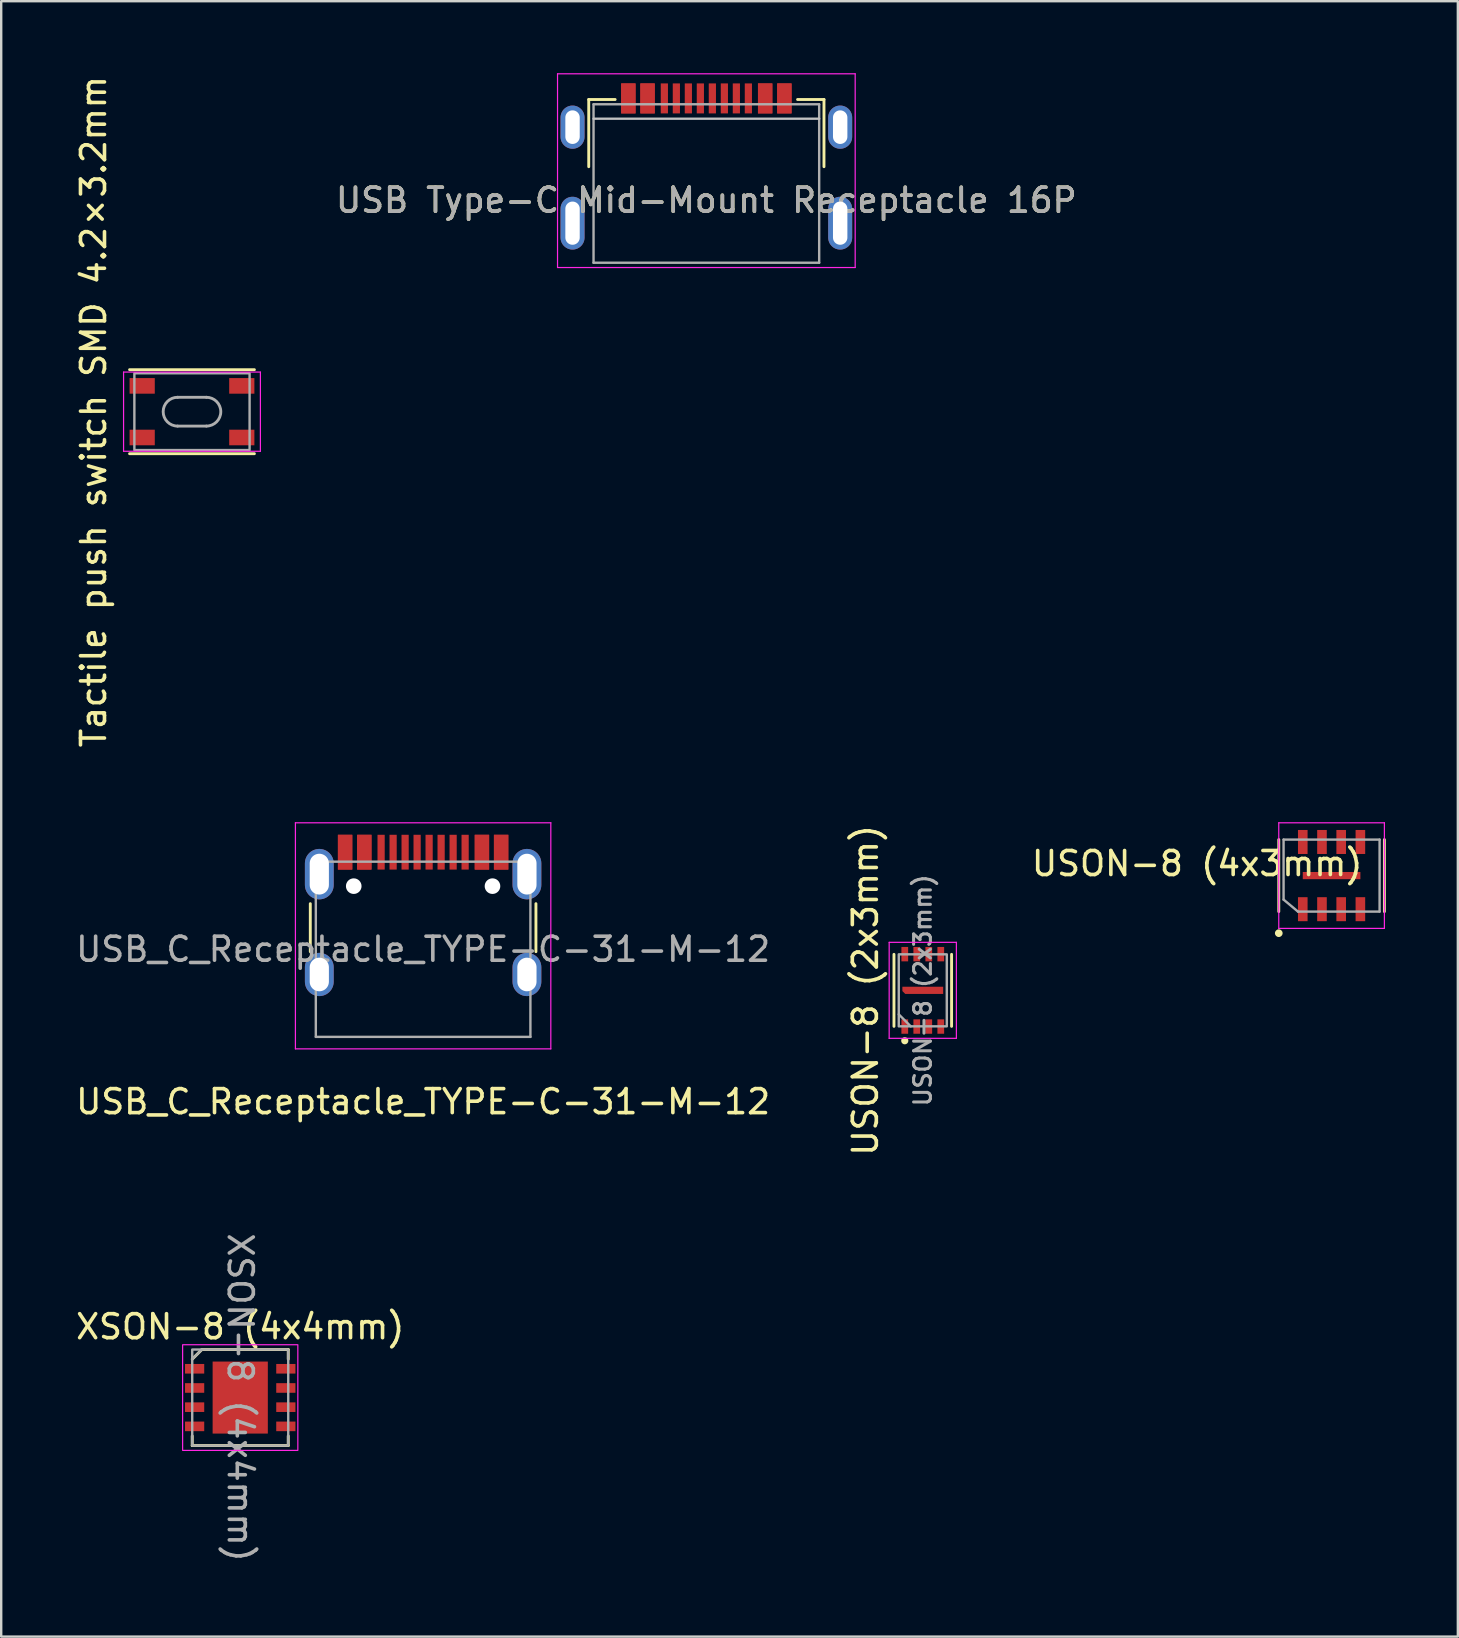
<source format=kicad_pcb>
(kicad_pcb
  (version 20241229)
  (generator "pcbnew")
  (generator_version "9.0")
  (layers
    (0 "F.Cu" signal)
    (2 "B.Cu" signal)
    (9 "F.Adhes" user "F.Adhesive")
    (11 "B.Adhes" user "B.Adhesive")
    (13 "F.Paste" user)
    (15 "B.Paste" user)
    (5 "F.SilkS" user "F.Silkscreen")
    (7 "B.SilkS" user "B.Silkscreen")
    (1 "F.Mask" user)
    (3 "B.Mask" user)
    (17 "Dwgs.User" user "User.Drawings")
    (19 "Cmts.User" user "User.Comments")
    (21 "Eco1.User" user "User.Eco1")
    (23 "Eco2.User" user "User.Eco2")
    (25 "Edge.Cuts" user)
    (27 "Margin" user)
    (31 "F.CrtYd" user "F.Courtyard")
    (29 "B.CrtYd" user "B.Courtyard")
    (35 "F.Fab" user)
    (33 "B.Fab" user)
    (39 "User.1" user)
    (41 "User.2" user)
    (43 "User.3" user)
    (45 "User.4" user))
  (footprint "XSON-8 (4x4mm)"
    (layer "F.Cu")
    (at 6.958 55.173)
    (property "Reference" "XSON-8 (4x4mm)" (at 0 -2.95 0) (unlocked yes) (layer "F.SilkS") (effects (font (size 1 1) (thickness 0.15))))
    (attr smd)
    (fp_line (start -2 2) (end -2 1.6) (stroke (width 0.12) (type solid)) (layer "F.SilkS"))
    (fp_line (start -1.6 -2) (end -2 -1.6) (stroke (width 0.12) (type solid)) (layer "F.SilkS"))
    (fp_line (start 2 -2) (end -1.6 -2) (stroke (width 0.12) (type solid)) (layer "F.SilkS"))
    (fp_line (start 2 -1.6) (end 2 -2) (stroke (width 0.12) (type solid)) (layer "F.SilkS"))
    (fp_line (start 2 1.6) (end 2 2) (stroke (width 0.12) (type solid)) (layer "F.SilkS"))
    (fp_line (start 2 2) (end -2 2) (stroke (width 0.12) (type solid)) (layer "F.SilkS"))
    (fp_rect (start 2.4 -2.2) (end -2.4 2.2) (stroke (width 0.05) (type solid)) (fill no) (layer "F.CrtYd"))
    (fp_line (start -1.6 -2) (end -2 -1.6) (stroke (width 0.1) (type solid)) (layer "F.Fab"))
    (fp_rect (start 2 -2) (end -2 2) (stroke (width 0.1) (type solid)) (fill no) (layer "F.Fab"))
    (fp_text user "${REFERENCE}" (at 0 0 270) (unlocked yes) (layer "F.Fab") (effects (font (size 1 1) (thickness 0.15))))
    (pad "" smd roundrect (at -0.55 -0.75) (size 0.89 1.21) (layers "F.Paste") (roundrect_rratio 0.25))
    (pad "" smd roundrect (at -0.55 0.75) (size 0.89 1.21) (layers "F.Paste") (roundrect_rratio 0.25))
    (pad "" smd roundrect (at 0.55 -0.75) (size 0.89 1.21) (layers "F.Paste") (roundrect_rratio 0.25))
    (pad "" smd roundrect (at 0.55 0.75) (size 0.89 1.21) (layers "F.Paste") (roundrect_rratio 0.25))
    (pad "1" smd rect (at -1.9 -1.2 270) (size 0.4 0.8) (layers "F.Cu" "F.Mask" "F.Paste"))
    (pad "2" smd rect (at -1.9 -0.4 270) (size 0.4 0.8) (layers "F.Cu" "F.Mask" "F.Paste"))
    (pad "3" smd rect (at -1.9 0.4 270) (size 0.4 0.8) (layers "F.Cu" "F.Mask" "F.Paste"))
    (pad "4" smd rect (at -1.9 1.2 270) (size 0.4 0.8) (layers "F.Cu" "F.Mask" "F.Paste"))
    (pad "5" smd rect (at 1.9 1.2 270) (size 0.4 0.8) (layers "F.Cu" "F.Mask" "F.Paste"))
    (pad "6" smd rect (at 1.9 0.4 270) (size 0.4 0.8) (layers "F.Cu" "F.Mask" "F.Paste"))
    (pad "7" smd rect (at 1.9 -0.4 270) (size 0.4 0.8) (layers "F.Cu" "F.Mask" "F.Paste"))
    (pad "8" smd rect (at 1.9 -1.2 270) (size 0.4 0.8) (layers "F.Cu" "F.Mask" "F.Paste"))
    (pad "9" smd rect (at 0 0) (size 2.3 3) (layers "F.Cu" "F.Mask")))
  (footprint "USB_C_Receptacle_TYPE-C-31-M-12"
    (layer "F.Cu")
    (at 14.577 36.497)
    (property "Reference" "USB_C_Receptacle_TYPE-C-31-M-12" (at 0 6.35 180) (layer "F.SilkS") (effects (font (size 1 1) (thickness 0.15))))
    (attr smd)
    (fp_line (start -4.7 -1.9) (end -4.7 0.1) (stroke (width 0.12) (type solid)) (layer "F.SilkS"))
    (fp_line (start 4.7 -1.9) (end 4.7 0.1) (stroke (width 0.12) (type solid)) (layer "F.SilkS"))
    (fp_line (start -5.32 -5.27) (end -5.32 4.15) (stroke (width 0.05) (type solid)) (layer "F.CrtYd"))
    (fp_line (start -5.32 -5.27) (end 5.32 -5.27) (stroke (width 0.05) (type solid)) (layer "F.CrtYd"))
    (fp_line (start -5.32 4.15) (end 5.32 4.15) (stroke (width 0.05) (type solid)) (layer "F.CrtYd"))
    (fp_line (start 5.32 -5.27) (end 5.32 4.15) (stroke (width 0.05) (type solid)) (layer "F.CrtYd"))
    (fp_line (start -4.47 -3.65) (end -4.47 3.65) (stroke (width 0.1) (type solid)) (layer "F.Fab"))
    (fp_line (start -4.47 -3.65) (end 4.47 -3.65) (stroke (width 0.1) (type solid)) (layer "F.Fab"))
    (fp_line (start -4.47 3.65) (end 4.47 3.65) (stroke (width 0.1) (type solid)) (layer "F.Fab"))
    (fp_line (start 4.47 -3.65) (end 4.47 3.65) (stroke (width 0.1) (type solid)) (layer "F.Fab"))
    (fp_text user "${REFERENCE}" (at 0 0 180) (layer "F.Fab") (effects (font (size 1 1) (thickness 0.15))))
    (pad "" np_thru_hole circle (at -2.89 -2.63) (size 0.65 0.65) (drill 0.65) (layers "*.Cu" "*.Mask"))
    (pad "" np_thru_hole circle (at 2.89 -2.63) (size 0.65 0.65) (drill 0.65) (layers "*.Cu" "*.Mask"))
    (pad "A1" smd rect (at -3.25 -4.045) (size 0.6 1.45) (layers "F.Cu" "F.Mask" "F.Paste"))
    (pad "A4" smd rect (at -2.45 -4.045) (size 0.6 1.45) (layers "F.Cu" "F.Mask" "F.Paste"))
    (pad "A5" smd rect (at -1.25 -4.045) (size 0.3 1.45) (layers "F.Cu" "F.Mask" "F.Paste"))
    (pad "A6" smd rect (at -0.25 -4.045) (size 0.3 1.45) (layers "F.Cu" "F.Mask" "F.Paste"))
    (pad "A7" smd rect (at 0.25 -4.045) (size 0.3 1.45) (layers "F.Cu" "F.Mask" "F.Paste"))
    (pad "A8" smd rect (at 1.25 -4.045) (size 0.3 1.45) (layers "F.Cu" "F.Mask" "F.Paste"))
    (pad "A9" smd rect (at 2.45 -4.045) (size 0.6 1.45) (layers "F.Cu" "F.Mask" "F.Paste"))
    (pad "A12" smd rect (at 3.25 -4.045) (size 0.6 1.45) (layers "F.Cu" "F.Mask" "F.Paste"))
    (pad "B1" smd rect (at 3.25 -4.045) (size 0.6 1.45) (layers "F.Cu" "F.Mask" "F.Paste"))
    (pad "B4" smd rect (at 2.45 -4.045) (size 0.6 1.45) (layers "F.Cu" "F.Mask" "F.Paste"))
    (pad "B5" smd rect (at 1.75 -4.045) (size 0.3 1.45) (layers "F.Cu" "F.Mask" "F.Paste"))
    (pad "B6" smd rect (at 0.75 -4.045) (size 0.3 1.45) (layers "F.Cu" "F.Mask" "F.Paste"))
    (pad "B7" smd rect (at -0.75 -4.045) (size 0.3 1.45) (layers "F.Cu" "F.Mask" "F.Paste"))
    (pad "B8" smd rect (at -1.75 -4.045) (size 0.3 1.45) (layers "F.Cu" "F.Mask" "F.Paste"))
    (pad "B9" smd rect (at -2.45 -4.045) (size 0.6 1.45) (layers "F.Cu" "F.Mask" "F.Paste"))
    (pad "B12" smd rect (at -3.25 -4.045) (size 0.6 1.45) (layers "F.Cu" "F.Mask" "F.Paste"))
    (pad "S1" thru_hole oval (at -4.325 -3.13) (size 1.2 2.1) (drill oval 0.8 1.7) (layers "*.Cu" "*.Mask"))
    (pad "S1" thru_hole oval (at -4.325 1.05) (size 1.2 1.8) (drill oval 0.8 1.4) (layers "*.Cu" "*.Mask"))
    (pad "S1" thru_hole oval (at 4.325 -3.13) (size 1.2 2.1) (drill oval 0.8 1.7) (layers "*.Cu" "*.Mask"))
    (pad "S1" thru_hole oval (at 4.325 1.05) (size 1.2 1.8) (drill oval 0.8 1.4) (layers "*.Cu" "*.Mask")))
  (footprint "USON-8 (4x3mm)"
    (layer "F.Cu")
    (at 52.424 33.427)
    (property "Reference" "USON-8 (4x3mm)" (at -5.6 -0.5 180) (layer "F.SilkS") (effects (font (size 1 1) (thickness 0.15))))
    (attr through_hole)
    (fp_line (start -2.2 1.5) (end -2.2 -1.5) (stroke (width 0.12) (type solid)) (layer "F.SilkS"))
    (fp_line (start 2.2 -1.5) (end 2.2 1.5) (stroke (width 0.12) (type solid)) (layer "F.SilkS"))
    (fp_circle (center -2.2 2.4) (end -2.1 2.4) (stroke (width 0.12) (type solid)) (fill yes) (layer "F.SilkS"))
    (fp_line (start -2.2 -2.2) (end 2.2 -2.2) (stroke (width 0.05) (type solid)) (layer "F.CrtYd"))
    (fp_line (start -2.2 2.2) (end -2.2 -2.2) (stroke (width 0.05) (type solid)) (layer "F.CrtYd"))
    (fp_line (start 2.2 -2.2) (end 2.2 2.2) (stroke (width 0.05) (type solid)) (layer "F.CrtYd"))
    (fp_line (start 2.2 2.2) (end -2.2 2.2) (stroke (width 0.05) (type solid)) (layer "F.CrtYd"))
    (fp_line (start -2 -1.5) (end 2 -1.5) (stroke (width 0.1) (type solid)) (layer "F.Fab"))
    (fp_line (start -2 1) (end -2 -1.5) (stroke (width 0.1) (type solid)) (layer "F.Fab"))
    (fp_line (start -1.4 1.5) (end -2 1) (stroke (width 0.1) (type solid)) (layer "F.Fab"))
    (fp_line (start 2 -1.5) (end 2 1.5) (stroke (width 0.1) (type solid)) (layer "F.Fab"))
    (fp_line (start 2 1.5) (end -1.4 1.5) (stroke (width 0.1) (type solid)) (layer "F.Fab"))
    (pad "1" smd rect (at -1.2 1.2) (size 0.4 1) (drill (offset 0 0.2)) (layers "F.Cu" "F.Mask" "F.Paste"))
    (pad "2" smd rect (at -0.4 1.2) (size 0.4 1) (drill (offset 0 0.2)) (layers "F.Cu" "F.Mask" "F.Paste"))
    (pad "3" smd rect (at 0.4 1.2) (size 0.4 1) (drill (offset 0 0.2)) (layers "F.Cu" "F.Mask" "F.Paste"))
    (pad "4" smd rect (at 1.2 1.2) (size 0.4 1) (drill (offset 0 0.2)) (layers "F.Cu" "F.Mask" "F.Paste"))
    (pad "5" smd rect (at 1.2 -1.2) (size 0.4 1) (drill (offset 0 -0.2)) (layers "F.Cu" "F.Mask" "F.Paste"))
    (pad "6" smd rect (at 0.4 -1.2) (size 0.4 1) (drill (offset 0 -0.2)) (layers "F.Cu" "F.Mask" "F.Paste"))
    (pad "7" smd rect (at -0.4 -1.2) (size 0.4 1) (drill (offset 0 -0.2)) (layers "F.Cu" "F.Mask" "F.Paste"))
    (pad "8" smd rect (at -1.2 -1.2) (size 0.4 1) (drill (offset 0 -0.2)) (layers "F.Cu" "F.Mask" "F.Paste"))
    (pad "9" smd rect (at 0 0) (size 2.4 0.3) (layers "F.Cu" "F.Mask" "F.Paste")))
  (footprint "Tactile push switch SMD 4.2×3.2mm"
    (layer "F.Cu")
    (at 4.948 14.101)
    (property "Reference" "Tactile push switch SMD 4.2×3.2mm" (at -4.1 0 90) (layer "F.SilkS") (effects (font (size 1 1) (thickness 0.15))))
    (attr smd)
    (fp_line (start -2.6 -1.75) (end 2.6 -1.75) (stroke (width 0.12) (type solid)) (layer "F.SilkS"))
    (fp_line (start 2.6 1.75) (end -2.6 1.75) (stroke (width 0.12) (type solid)) (layer "F.SilkS"))
    (fp_line (start -2.85 -1.65) (end 2.85 -1.65) (stroke (width 0.05) (type solid)) (layer "F.CrtYd"))
    (fp_line (start -2.85 1.65) (end -2.85 -1.65) (stroke (width 0.05) (type solid)) (layer "F.CrtYd"))
    (fp_line (start 2.85 -1.65) (end 2.85 1.65) (stroke (width 0.05) (type solid)) (layer "F.CrtYd"))
    (fp_line (start 2.85 1.65) (end -2.85 1.65) (stroke (width 0.05) (type solid)) (layer "F.CrtYd"))
    (fp_line (start -0.6 -0.6) (end 0.6 -0.6) (stroke (width 0.12) (type solid)) (layer "F.Fab"))
    (fp_line (start -0.6 0.6) (end 0.6 0.6) (stroke (width 0.12) (type solid)) (layer "F.Fab"))
    (fp_rect (start -2.4 -1.6) (end 2.4 1.6) (stroke (width 0.1) (type solid)) (fill no) (layer "F.Fab"))
    (fp_arc (start -0.6 0.6) (mid -1.2 0) (end -0.6 -0.6) (stroke (width 0.12) (type solid)) (layer "F.Fab"))
    (fp_arc (start 0.6 -0.6) (mid 1.2 0) (end 0.6 0.6) (stroke (width 0.12) (type solid)) (layer "F.Fab"))
    (pad "1" smd rect (at -2.075 1.075) (size 1.05 0.65) (layers "F.Cu" "F.Mask" "F.Paste"))
    (pad "2" smd rect (at 2.075 1.075) (size 1.05 0.65) (layers "F.Cu" "F.Mask" "F.Paste"))
    (pad "3" smd rect (at 2.075 -1.075) (size 1.05 0.65) (layers "F.Cu" "F.Mask" "F.Paste"))
    (pad "4" smd rect (at -2.075 -1.075) (size 1.05 0.65) (layers "F.Cu" "F.Mask" "F.Paste")))
  (footprint "USB Type-C Mid-Mount Receptacle 16P"
    (layer "F.Cu")
    (at 26.377 5.295)
    (property "Reference" "USB Type-C Mid-Mount Receptacle 16P" (at 0 0 0) (unlocked yes) (layer "F.SilkS") (effects (font (size 1 1) (thickness 0.15))))
    (attr smd)
    (fp_line (start -4.9 -1.4) (end -4.9 -4.2) (stroke (width 0.12) (type solid)) (layer "F.SilkS"))
    (fp_line (start -3.8 -4.2) (end -4.9 -4.2) (stroke (width 0.12) (type solid)) (layer "F.SilkS"))
    (fp_line (start 4.9 -4.2) (end 3.8 -4.2) (stroke (width 0.12) (type solid)) (layer "F.SilkS"))
    (fp_line (start 4.9 -1.4) (end 4.9 -4.2) (stroke (width 0.12) (type solid)) (layer "F.SilkS"))
    (fp_line (start 4.7 -3.4) (end -4.7 -3.4) (stroke (width 0.1) (type solid)) (layer "Dwgs.User"))
    (fp_line (start -6.2 -5.27) (end -6.2 2.8) (stroke (width 0.05) (type solid)) (layer "F.CrtYd"))
    (fp_line (start -6.2 -5.27) (end 6.2 -5.27) (stroke (width 0.05) (type solid)) (layer "F.CrtYd"))
    (fp_line (start -6.2 2.8) (end 6.2 2.8) (stroke (width 0.05) (type solid)) (layer "F.CrtYd"))
    (fp_line (start 6.2 -5.27) (end 6.2 2.8) (stroke (width 0.05) (type solid)) (layer "F.CrtYd"))
    (fp_line (start -4.7 -4) (end -4.7 2.6) (stroke (width 0.1) (type solid)) (layer "F.Fab"))
    (fp_line (start -4.7 -4) (end 4.7 -4) (stroke (width 0.1) (type solid)) (layer "F.Fab"))
    (fp_line (start -4.7 2.6) (end 4.7 2.6) (stroke (width 0.1) (type solid)) (layer "F.Fab"))
    (fp_line (start 4.7 -4) (end 4.7 2.6) (stroke (width 0.1) (type solid)) (layer "F.Fab"))
    (fp_text user "${REFERENCE}" (at 0 0 0) (layer "F.Fab") (effects (font (size 1 1) (thickness 0.15))))
    (pad "A1" smd rect (at -3.25 -4.045) (size 0.6 1.25) (drill (offset 0 -0.2)) (layers "F.Cu" "F.Mask" "F.Paste"))
    (pad "A4" smd rect (at -2.45 -4.045) (size 0.6 1.25) (drill (offset 0 -0.2)) (layers "F.Cu" "F.Mask" "F.Paste"))
    (pad "A5" smd rect (at -1.25 -4.045) (size 0.3 1.25) (drill (offset 0 -0.2)) (layers "F.Cu" "F.Mask" "F.Paste"))
    (pad "A6" smd rect (at -0.25 -4.045) (size 0.3 1.25) (drill (offset 0 -0.2)) (layers "F.Cu" "F.Mask" "F.Paste"))
    (pad "A7" smd rect (at 0.25 -4.045) (size 0.3 1.25) (drill (offset 0 -0.2)) (layers "F.Cu" "F.Mask" "F.Paste"))
    (pad "A8" smd rect (at 1.25 -4.045) (size 0.3 1.25) (drill (offset 0 -0.2)) (layers "F.Cu" "F.Mask" "F.Paste"))
    (pad "A9" smd rect (at 2.45 -4.045) (size 0.6 1.25) (drill (offset 0 -0.2)) (layers "F.Cu" "F.Mask" "F.Paste"))
    (pad "A12" smd rect (at 3.25 -4.045) (size 0.6 1.25) (drill (offset 0 -0.2)) (layers "F.Cu" "F.Mask" "F.Paste"))
    (pad "B1" smd rect (at 3.25 -4.045) (size 0.6 1.25) (drill (offset 0 -0.2)) (layers "F.Cu" "F.Mask" "F.Paste"))
    (pad "B4" smd rect (at 2.45 -4.045) (size 0.6 1.25) (drill (offset 0 -0.2)) (layers "F.Cu" "F.Mask" "F.Paste"))
    (pad "B5" smd rect (at 1.75 -4.045) (size 0.3 1.25) (drill (offset 0 -0.2)) (layers "F.Cu" "F.Mask" "F.Paste"))
    (pad "B6" smd rect (at 0.75 -4.045) (size 0.3 1.25) (drill (offset 0 -0.2)) (layers "F.Cu" "F.Mask" "F.Paste"))
    (pad "B7" smd rect (at -0.75 -4.045) (size 0.3 1.25) (drill (offset 0 -0.2)) (layers "F.Cu" "F.Mask" "F.Paste"))
    (pad "B8" smd rect (at -1.75 -4.045) (size 0.3 1.25) (drill (offset 0 -0.2)) (layers "F.Cu" "F.Mask" "F.Paste"))
    (pad "B9" smd rect (at -2.45 -4.045) (size 0.6 1.25) (drill (offset 0 -0.2)) (layers "F.Cu" "F.Mask" "F.Paste"))
    (pad "B12" smd rect (at -3.25 -4.045) (size 0.6 1.25) (drill (offset 0 -0.2)) (layers "F.Cu" "F.Mask" "F.Paste"))
    (pad "S1" thru_hole oval (at -5.575 -3.048) (size 1 1.8) (drill oval 0.6 1.4) (layers "*.Cu" "*.Mask"))
    (pad "S1" thru_hole oval (at -5.575 0.952) (size 1 2.2) (drill oval 0.6 1.8) (layers "*.Cu" "*.Mask"))
    (pad "S1" thru_hole oval (at 5.575 -3.048) (size 1 1.8) (drill oval 0.6 1.4) (layers "*.Cu" "*.Mask"))
    (pad "S1" thru_hole oval (at 5.575 0.952) (size 1 2.2) (drill oval 0.6 1.8) (layers "*.Cu" "*.Mask"))
    (zone (net_name "") (layers "F.Cu" "B.Cu" "F.SilkS" "B.SilkS" "F.Paste" "B.Paste") (hatch edge 0.508) (connect_pads) (min_thickness 0.254) (filled_areas_thickness no) (keepout (tracks not_allowed) (vias not_allowed) (pads not_allowed) (copperpour not_allowed) (footprints not_allowed)) (placement (enabled no)) (fill) (polygon (pts (xy 30.927 7.895) (xy 21.827 7.895) (xy 21.827 1.895) (xy 30.927 1.895)))))
  (footprint "USON-8 (2x3mm)"
    (layer "F.Cu")
    (at 35.393 38.208)
    (property "Reference" "USON-8 (2x3mm)" (at -2.39 0 90) (layer "F.SilkS") (effects (font (size 1 1) (thickness 0.15))))
    (attr smd)
    (fp_line (start -1.2 1.5) (end -1.2 -1.5) (stroke (width 0.12) (type solid)) (layer "F.SilkS"))
    (fp_line (start 1.2 -1.5) (end 1.2 1.5) (stroke (width 0.12) (type solid)) (layer "F.SilkS"))
    (fp_circle (center -0.75 2.1) (end -0.6 2.1) (stroke (width 0) (type solid)) (fill yes) (layer "F.SilkS"))
    (fp_line (start -1.4 -2) (end 1.4 -2) (stroke (width 0.05) (type solid)) (layer "F.CrtYd"))
    (fp_line (start -1.4 2) (end -1.4 -2) (stroke (width 0.05) (type solid)) (layer "F.CrtYd"))
    (fp_line (start 1.4 -2) (end 1.4 2) (stroke (width 0.05) (type solid)) (layer "F.CrtYd"))
    (fp_line (start 1.4 2) (end -1.4 2) (stroke (width 0.05) (type solid)) (layer "F.CrtYd"))
    (fp_line (start -1 1) (end -0.5 1.5) (stroke (width 0.1) (type solid)) (layer "F.Fab"))
    (fp_rect (start -1 1.5) (end 1 -1.5) (stroke (width 0.1) (type solid)) (fill no) (layer "F.Fab"))
    (fp_text user "${REFERENCE}" (at 0 0 90) (layer "F.Fab") (effects (font (size 0.7 0.7) (thickness 0.127))))
    (pad "1" smd rect (at -0.75 1.508) (size 0.28 0.6) (layers "F.Cu" "F.Mask" "F.Paste"))
    (pad "2" smd rect (at -0.25 1.508) (size 0.28 0.6) (layers "F.Cu" "F.Mask" "F.Paste"))
    (pad "3" smd rect (at 0.25 1.508) (size 0.28 0.6) (layers "F.Cu" "F.Mask" "F.Paste"))
    (pad "4" smd rect (at 0.75 1.508) (size 0.28 0.6) (layers "F.Cu" "F.Mask" "F.Paste"))
    (pad "5" smd rect (at 0.75 -1.508) (size 0.28 0.6) (layers "F.Cu" "F.Mask" "F.Paste"))
    (pad "6" smd rect (at 0.25 -1.508) (size 0.28 0.6) (layers "F.Cu" "F.Mask" "F.Paste"))
    (pad "7" smd rect (at -0.25 -1.508) (size 0.28 0.6) (layers "F.Cu" "F.Mask" "F.Paste"))
    (pad "8" smd rect (at -0.75 -1.508) (size 0.28 0.6) (layers "F.Cu" "F.Mask" "F.Paste"))
    (pad "9" smd roundrect (at 0 0) (size 1.7 0.3) (layers "F.Cu" "F.Mask" "F.Paste") (roundrect_rratio 0) (chamfer_ratio 0.4) (chamfer bottom_left)))
  (gr_rect
    (start -3 -3)
    (end 57.684 65.131)
    (stroke (width 0.1) (type default))
    (fill no)
    (layer "Edge.Cuts")))
</source>
